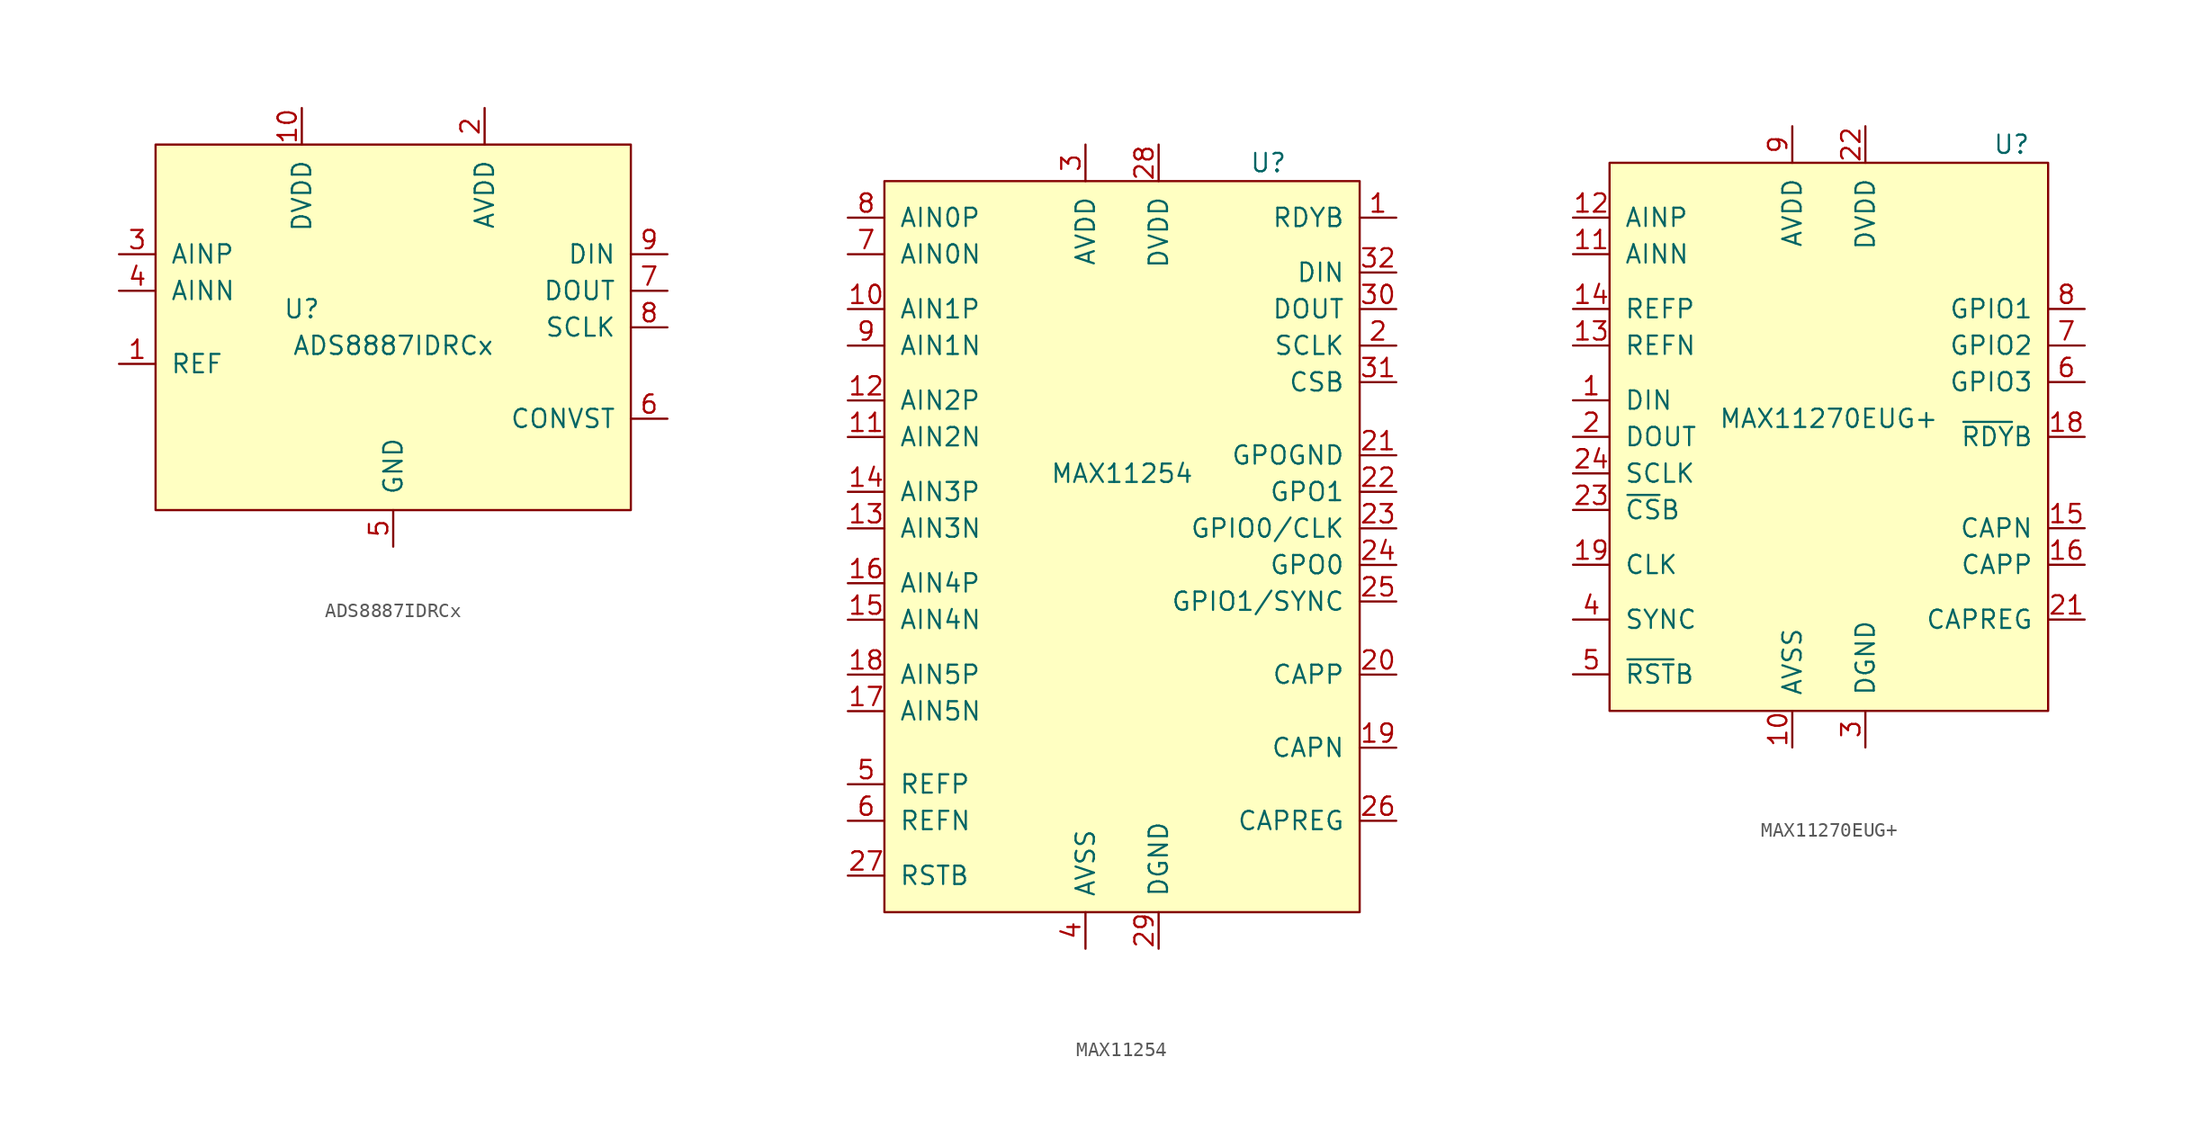
<source format=kicad_sym>
(kicad_symbol_lib
  (version 20211014)
  (generator kicad_symbol_editor)
  (symbol "ADS8887IDRCx"
    (pin_names
      (offset 1.016))
    (property "Reference" "U"
      (at -6.35 0 0)
      (effects (font (size 1.27 1.27))))
    (property "Value" "ADS8887IDRCx"
      (at 0 -2.54 0)
      (effects (font (size 1.27 1.27))))
    (symbol "ADS8887IDRCx_1_1"
      (rectangle (start -16.51 11.43) (end 16.51 -13.97) (stroke (width 0) (type default) (color 0 0 0 0)) (fill (type background)))
      (pin input line (at -19.05 -3.81 0) (length 2.54) (name "REF" (effects (font (size 1.27 1.27)))) (number "1" (effects (font (size 1.27 1.27)))))
      (pin power_in line (at -6.35 13.97 270) (length 2.54) (name "DVDD" (effects (font (size 1.27 1.27)))) (number "10" (effects (font (size 1.27 1.27)))))
      (pin passive line (at 0 -16.51 90) (length 2.54) hide (name "THERMAL" (effects (font (size 1.27 1.27)))) (number "11" (effects (font (size 1.27 1.27)))))
      (pin input line (at 6.35 13.97 270) (length 2.54) (name "AVDD" (effects (font (size 1.27 1.27)))) (number "2" (effects (font (size 1.27 1.27)))))
      (pin input line (at -19.05 3.81 0) (length 2.54) (name "AINP" (effects (font (size 1.27 1.27)))) (number "3" (effects (font (size 1.27 1.27)))))
      (pin input line (at -19.05 1.27 0) (length 2.54) (name "AINN" (effects (font (size 1.27 1.27)))) (number "4" (effects (font (size 1.27 1.27)))))
      (pin power_in line (at 0 -16.51 90) (length 2.54) (name "GND" (effects (font (size 1.27 1.27)))) (number "5" (effects (font (size 1.27 1.27)))))
      (pin input line (at 19.05 -7.62 180) (length 2.54) (name "CONVST" (effects (font (size 1.27 1.27)))) (number "6" (effects (font (size 1.27 1.27)))))
      (pin output line (at 19.05 1.27 180) (length 2.54) (name "DOUT" (effects (font (size 1.27 1.27)))) (number "7" (effects (font (size 1.27 1.27)))))
      (pin input line (at 19.05 -1.27 180) (length 2.54) (name "SCLK" (effects (font (size 1.27 1.27)))) (number "8" (effects (font (size 1.27 1.27)))))
      (pin input line (at 19.05 3.81 180) (length 2.54) (name "DIN" (effects (font (size 1.27 1.27)))) (number "9" (effects (font (size 1.27 1.27)))))))
  (symbol "MAX11254"
    (pin_names
      (offset 1.016))
    (property "Reference" "U"
      (at 10.16 26.67 0)
      (effects (font (size 1.27 1.27))))
    (property "Value" "MAX11254"
      (at 0 5.08 0)
      (effects (font (size 1.27 1.27))))
    (symbol "MAX11254_0_1"
      (rectangle (start -16.51 25.4) (end 16.51 -25.4) (stroke (width 0) (type default) (color 0 0 0 0)) (fill (type background))))
    (symbol "MAX11254_1_1"
      (pin output line (at 19.05 22.86 180) (length 2.54) (name "RDYB" (effects (font (size 1.27 1.27)))) (number "1" (effects (font (size 1.27 1.27)))))
      (pin input line (at -19.05 16.51 0) (length 2.54) (name "AIN1P" (effects (font (size 1.27 1.27)))) (number "10" (effects (font (size 1.27 1.27)))))
      (pin input line (at -19.05 7.62 0) (length 2.54) (name "AIN2N" (effects (font (size 1.27 1.27)))) (number "11" (effects (font (size 1.27 1.27)))))
      (pin input line (at -19.05 10.16 0) (length 2.54) (name "AIN2P" (effects (font (size 1.27 1.27)))) (number "12" (effects (font (size 1.27 1.27)))))
      (pin input line (at -19.05 1.27 0) (length 2.54) (name "AIN3N" (effects (font (size 1.27 1.27)))) (number "13" (effects (font (size 1.27 1.27)))))
      (pin input line (at -19.05 3.81 0) (length 2.54) (name "AIN3P" (effects (font (size 1.27 1.27)))) (number "14" (effects (font (size 1.27 1.27)))))
      (pin input line (at -19.05 -5.08 0) (length 2.54) (name "AIN4N" (effects (font (size 1.27 1.27)))) (number "15" (effects (font (size 1.27 1.27)))))
      (pin input line (at -19.05 -2.54 0) (length 2.54) (name "AIN4P" (effects (font (size 1.27 1.27)))) (number "16" (effects (font (size 1.27 1.27)))))
      (pin input line (at -19.05 -11.43 0) (length 2.54) (name "AIN5N" (effects (font (size 1.27 1.27)))) (number "17" (effects (font (size 1.27 1.27)))))
      (pin input line (at -19.05 -8.89 0) (length 2.54) (name "AIN5P" (effects (font (size 1.27 1.27)))) (number "18" (effects (font (size 1.27 1.27)))))
      (pin input line (at 19.05 -13.97 180) (length 2.54) (name "CAPN" (effects (font (size 1.27 1.27)))) (number "19" (effects (font (size 1.27 1.27)))))
      (pin input line (at 19.05 13.97 180) (length 2.54) (name "SCLK" (effects (font (size 1.27 1.27)))) (number "2" (effects (font (size 1.27 1.27)))))
      (pin input line (at 19.05 -8.89 180) (length 2.54) (name "CAPP" (effects (font (size 1.27 1.27)))) (number "20" (effects (font (size 1.27 1.27)))))
      (pin output line (at 19.05 6.35 180) (length 2.54) (name "GPOGND" (effects (font (size 1.27 1.27)))) (number "21" (effects (font (size 1.27 1.27)))))
      (pin open_collector line (at 19.05 3.81 180) (length 2.54) (name "GPO1" (effects (font (size 1.27 1.27)))) (number "22" (effects (font (size 1.27 1.27)))))
      (pin bidirectional line (at 19.05 1.27 180) (length 2.54) (name "GPIO0/CLK" (effects (font (size 1.27 1.27)))) (number "23" (effects (font (size 1.27 1.27)))))
      (pin open_collector line (at 19.05 -1.27 180) (length 2.54) (name "GPO0" (effects (font (size 1.27 1.27)))) (number "24" (effects (font (size 1.27 1.27)))))
      (pin bidirectional line (at 19.05 -3.81 180) (length 2.54) (name "GPIO1/SYNC" (effects (font (size 1.27 1.27)))) (number "25" (effects (font (size 1.27 1.27)))))
      (pin output line (at 19.05 -19.05 180) (length 2.54) (name "CAPREG" (effects (font (size 1.27 1.27)))) (number "26" (effects (font (size 1.27 1.27)))))
      (pin input line (at -19.05 -22.86 0) (length 2.54) (name "RSTB" (effects (font (size 1.27 1.27)))) (number "27" (effects (font (size 1.27 1.27)))))
      (pin power_in line (at 2.54 27.94 270) (length 2.54) (name "DVDD" (effects (font (size 1.27 1.27)))) (number "28" (effects (font (size 1.27 1.27)))))
      (pin power_in line (at 2.54 -27.94 90) (length 2.54) (name "DGND" (effects (font (size 1.27 1.27)))) (number "29" (effects (font (size 1.27 1.27)))))
      (pin power_in line (at -2.54 27.94 270) (length 2.54) (name "AVDD" (effects (font (size 1.27 1.27)))) (number "3" (effects (font (size 1.27 1.27)))))
      (pin output line (at 19.05 16.51 180) (length 2.54) (name "DOUT" (effects (font (size 1.27 1.27)))) (number "30" (effects (font (size 1.27 1.27)))))
      (pin input line (at 19.05 11.43 180) (length 2.54) (name "CSB" (effects (font (size 1.27 1.27)))) (number "31" (effects (font (size 1.27 1.27)))))
      (pin input line (at 19.05 19.05 180) (length 2.54) (name "DIN" (effects (font (size 1.27 1.27)))) (number "32" (effects (font (size 1.27 1.27)))))
      (pin passive line (at -2.54 -27.94 90) (length 2.54) hide (name "EP" (effects (font (size 1.27 1.27)))) (number "33" (effects (font (size 1.27 1.27)))))
      (pin power_in line (at -2.54 -27.94 90) (length 2.54) (name "AVSS" (effects (font (size 1.27 1.27)))) (number "4" (effects (font (size 1.27 1.27)))))
      (pin input line (at -19.05 -16.51 0) (length 2.54) (name "REFP" (effects (font (size 1.27 1.27)))) (number "5" (effects (font (size 1.27 1.27)))))
      (pin input line (at -19.05 -19.05 0) (length 2.54) (name "REFN" (effects (font (size 1.27 1.27)))) (number "6" (effects (font (size 1.27 1.27)))))
      (pin input line (at -19.05 20.32 0) (length 2.54) (name "AIN0N" (effects (font (size 1.27 1.27)))) (number "7" (effects (font (size 1.27 1.27)))))
      (pin input line (at -19.05 22.86 0) (length 2.54) (name "AIN0P" (effects (font (size 1.27 1.27)))) (number "8" (effects (font (size 1.27 1.27)))))
      (pin input line (at -19.05 13.97 0) (length 2.54) (name "AIN1N" (effects (font (size 1.27 1.27)))) (number "9" (effects (font (size 1.27 1.27)))))))
  (symbol "MAX11270EUG+"
    (pin_names
      (offset 1.016))
    (property "Reference" "U"
      (at 12.7 20.32 0)
      (effects (font (size 1.27 1.27))))
    (property "Value" "MAX11270EUG+"
      (at 0 1.27 0)
      (effects (font (size 1.27 1.27))))
    (symbol "MAX11270EUG+_0_1"
      (rectangle (start -15.24 -19.05) (end 15.24 19.05) (stroke (width 0) (type default) (color 0 0 0 0)) (fill (type background))))
    (symbol "MAX11270EUG+_1_1"
      (pin input line (at -17.78 2.54 0) (length 2.54) (name "DIN" (effects (font (size 1.27 1.27)))) (number "1" (effects (font (size 1.27 1.27)))))
      (pin power_in line (at -2.54 -21.59 90) (length 2.54) (name "AVSS" (effects (font (size 1.27 1.27)))) (number "10" (effects (font (size 1.27 1.27)))))
      (pin input line (at -17.78 12.7 0) (length 2.54) (name "AINN" (effects (font (size 1.27 1.27)))) (number "11" (effects (font (size 1.27 1.27)))))
      (pin input line (at -17.78 15.24 0) (length 2.54) (name "AINP" (effects (font (size 1.27 1.27)))) (number "12" (effects (font (size 1.27 1.27)))))
      (pin input line (at -17.78 6.35 0) (length 2.54) (name "REFN" (effects (font (size 1.27 1.27)))) (number "13" (effects (font (size 1.27 1.27)))))
      (pin input line (at -17.78 8.89 0) (length 2.54) (name "REFP" (effects (font (size 1.27 1.27)))) (number "14" (effects (font (size 1.27 1.27)))))
      (pin input line (at 17.78 -6.35 180) (length 2.54) (name "CAPN" (effects (font (size 1.27 1.27)))) (number "15" (effects (font (size 1.27 1.27)))))
      (pin power_out line (at 17.78 -8.89 180) (length 2.54) (name "CAPP" (effects (font (size 1.27 1.27)))) (number "16" (effects (font (size 1.27 1.27)))))
      (pin passive line (at -2.54 -21.59 90) (length 2.54) hide (name "AVSS" (effects (font (size 1.27 1.27)))) (number "17" (effects (font (size 1.27 1.27)))))
      (pin output line (at 17.78 0 180) (length 2.54) (name "~{RDY}B" (effects (font (size 1.27 1.27)))) (number "18" (effects (font (size 1.27 1.27)))))
      (pin input line (at -17.78 -8.89 0) (length 2.54) (name "CLK" (effects (font (size 1.27 1.27)))) (number "19" (effects (font (size 1.27 1.27)))))
      (pin output line (at -17.78 0 0) (length 2.54) (name "DOUT" (effects (font (size 1.27 1.27)))) (number "2" (effects (font (size 1.27 1.27)))))
      (pin passive line (at 2.54 -21.59 90) (length 2.54) hide (name "DGND" (effects (font (size 1.27 1.27)))) (number "20" (effects (font (size 1.27 1.27)))))
      (pin power_out line (at 17.78 -12.7 180) (length 2.54) (name "CAPREG" (effects (font (size 1.27 1.27)))) (number "21" (effects (font (size 1.27 1.27)))))
      (pin power_in line (at 2.54 21.59 270) (length 2.54) (name "DVDD" (effects (font (size 1.27 1.27)))) (number "22" (effects (font (size 1.27 1.27)))))
      (pin input line (at -17.78 -5.08 0) (length 2.54) (name "~{CS}B" (effects (font (size 1.27 1.27)))) (number "23" (effects (font (size 1.27 1.27)))))
      (pin input line (at -17.78 -2.54 0) (length 2.54) (name "SCLK" (effects (font (size 1.27 1.27)))) (number "24" (effects (font (size 1.27 1.27)))))
      (pin power_in line (at 2.54 -21.59 90) (length 2.54) (name "DGND" (effects (font (size 1.27 1.27)))) (number "3" (effects (font (size 1.27 1.27)))))
      (pin input line (at -17.78 -12.7 0) (length 2.54) (name "SYNC" (effects (font (size 1.27 1.27)))) (number "4" (effects (font (size 1.27 1.27)))))
      (pin input line (at -17.78 -16.51 0) (length 2.54) (name "~{RST}B" (effects (font (size 1.27 1.27)))) (number "5" (effects (font (size 1.27 1.27)))))
      (pin input line (at 17.78 3.81 180) (length 2.54) (name "GPIO3" (effects (font (size 1.27 1.27)))) (number "6" (effects (font (size 1.27 1.27)))))
      (pin input line (at 17.78 6.35 180) (length 2.54) (name "GPIO2" (effects (font (size 1.27 1.27)))) (number "7" (effects (font (size 1.27 1.27)))))
      (pin input line (at 17.78 8.89 180) (length 2.54) (name "GPIO1" (effects (font (size 1.27 1.27)))) (number "8" (effects (font (size 1.27 1.27)))))
      (pin power_in line (at -2.54 21.59 270) (length 2.54) (name "AVDD" (effects (font (size 1.27 1.27)))) (number "9" (effects (font (size 1.27 1.27))))))))
</source>
